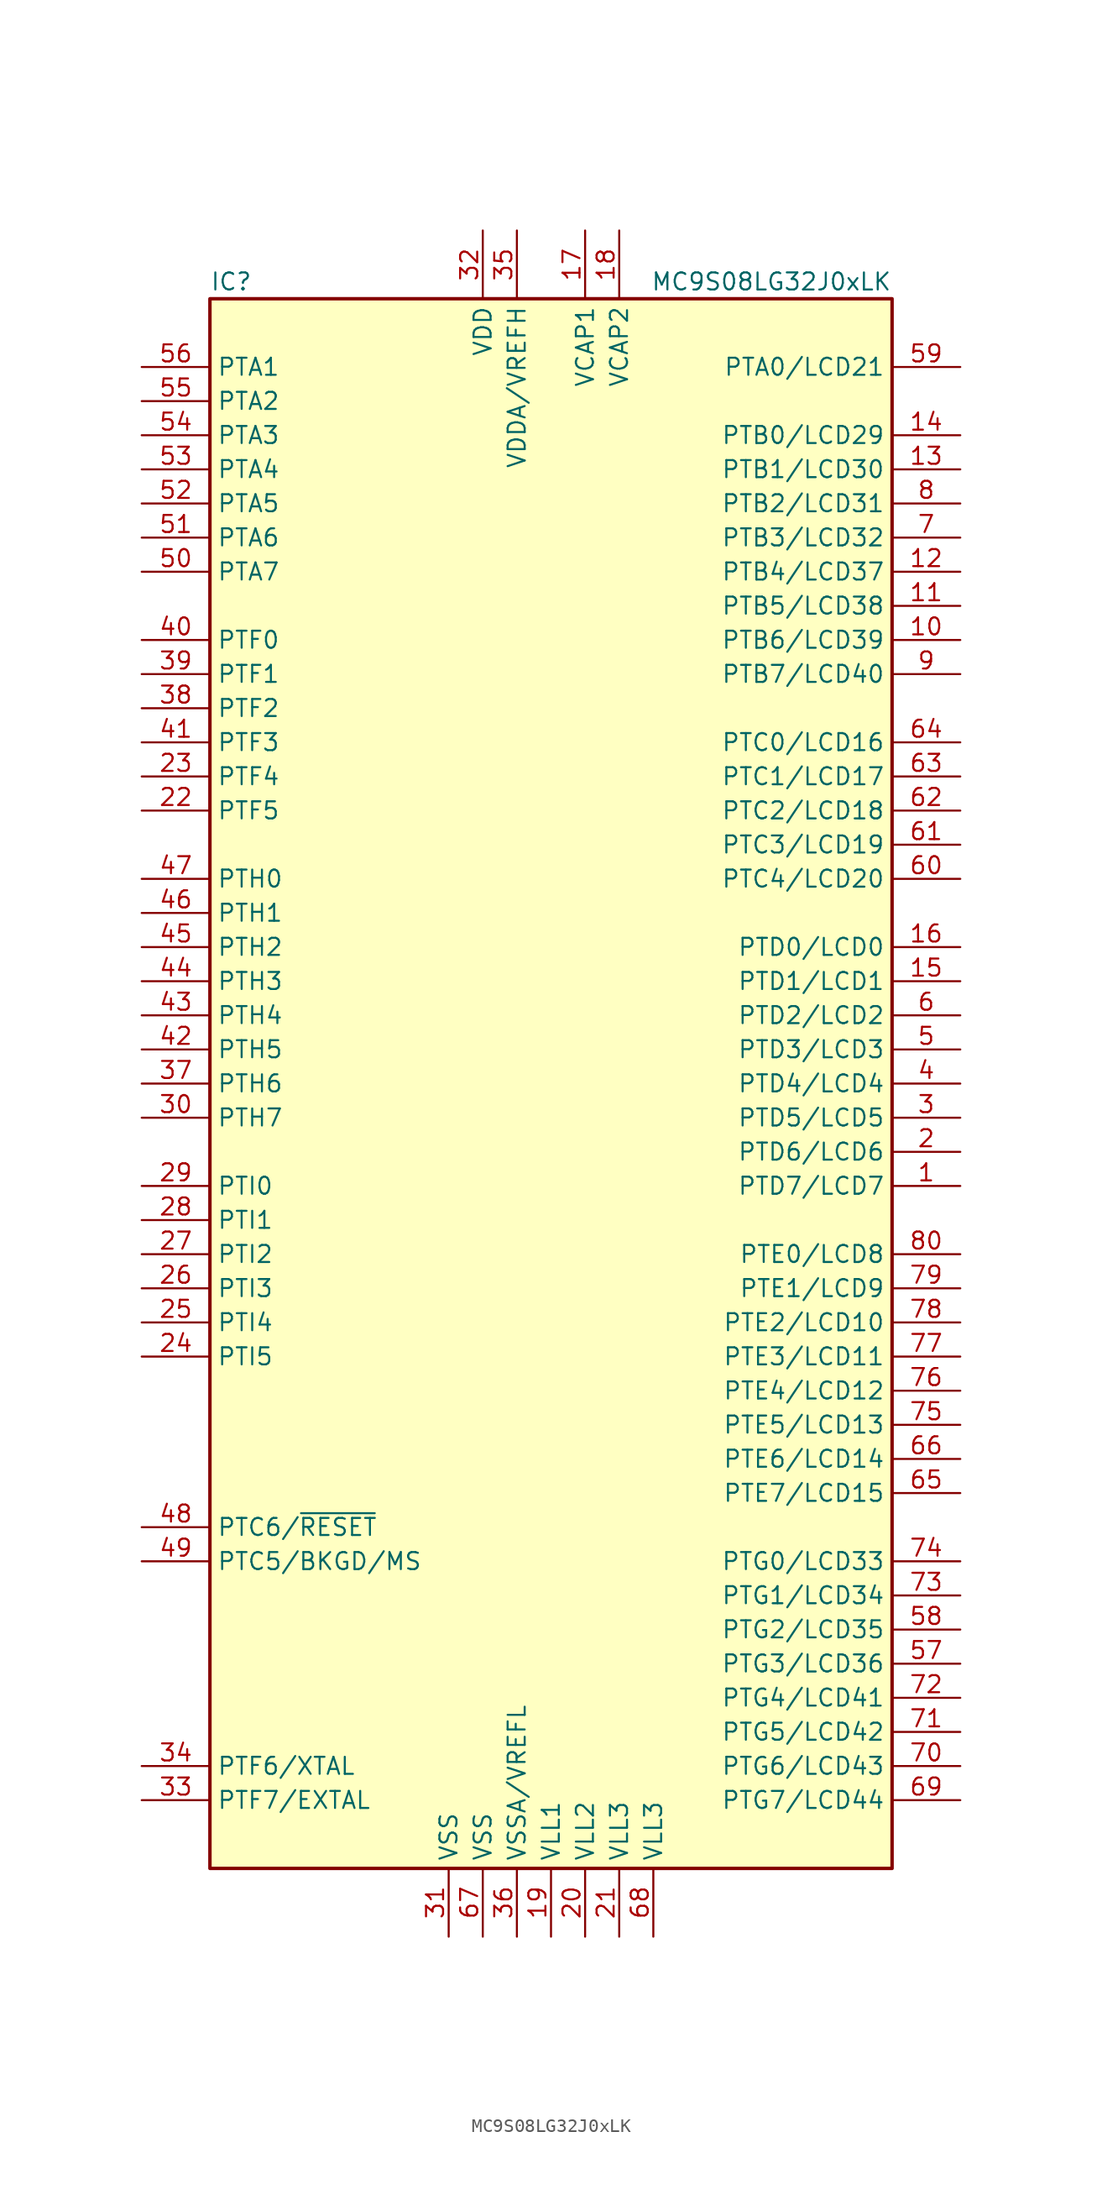
<source format=kicad_sym>
(kicad_symbol_lib
  (version 20231120)
  (generator "kicad_symbol_editor")
  (generator_version "8.0")
  (symbol "MC9S08LG32J0xLK"
    (property "Reference" "IC"
      (at -25.4 59.69 0)
      (effects (font (size 1.27 1.27)) (justify left)))
    (property "Value" "MC9S08LG32J0xLK"
      (at 25.4 59.69 0)
      (effects (font (size 1.27 1.27)) (justify right)))
    (symbol "MC9S08LG32J0xLK_0_1"
      (rectangle (start -25.4 58.42) (end 25.4 -58.42) (stroke (width 0.254) (type default)) (fill (type background))))
    (symbol "MC9S08LG32J0xLK_1_1"
      (pin bidirectional line (at 30.48 -7.62 180) (length 5.08) (name "PTD7/LCD7" (effects (font (size 1.27 1.27)))) (number "1" (effects (font (size 1.27 1.27)))))
      (pin bidirectional line (at 30.48 33.02 180) (length 5.08) (name "PTB6/LCD39" (effects (font (size 1.27 1.27)))) (number "10" (effects (font (size 1.27 1.27)))))
      (pin bidirectional line (at 30.48 35.56 180) (length 5.08) (name "PTB5/LCD38" (effects (font (size 1.27 1.27)))) (number "11" (effects (font (size 1.27 1.27)))))
      (pin bidirectional line (at 30.48 38.1 180) (length 5.08) (name "PTB4/LCD37" (effects (font (size 1.27 1.27)))) (number "12" (effects (font (size 1.27 1.27)))))
      (pin bidirectional line (at 30.48 45.72 180) (length 5.08) (name "PTB1/LCD30" (effects (font (size 1.27 1.27)))) (number "13" (effects (font (size 1.27 1.27)))))
      (pin bidirectional line (at 30.48 48.26 180) (length 5.08) (name "PTB0/LCD29" (effects (font (size 1.27 1.27)))) (number "14" (effects (font (size 1.27 1.27)))))
      (pin bidirectional line (at 30.48 7.62 180) (length 5.08) (name "PTD1/LCD1" (effects (font (size 1.27 1.27)))) (number "15" (effects (font (size 1.27 1.27)))))
      (pin bidirectional line (at 30.48 10.16 180) (length 5.08) (name "PTD0/LCD0" (effects (font (size 1.27 1.27)))) (number "16" (effects (font (size 1.27 1.27)))))
      (pin power_in line (at 2.54 63.5 270) (length 5.08) (name "VCAP1" (effects (font (size 1.27 1.27)))) (number "17" (effects (font (size 1.27 1.27)))))
      (pin power_in line (at 5.08 63.5 270) (length 5.08) (name "VCAP2" (effects (font (size 1.27 1.27)))) (number "18" (effects (font (size 1.27 1.27)))))
      (pin power_in line (at 0 -63.5 90) (length 5.08) (name "VLL1" (effects (font (size 1.27 1.27)))) (number "19" (effects (font (size 1.27 1.27)))))
      (pin bidirectional line (at 30.48 -5.08 180) (length 5.08) (name "PTD6/LCD6" (effects (font (size 1.27 1.27)))) (number "2" (effects (font (size 1.27 1.27)))))
      (pin power_in line (at 2.54 -63.5 90) (length 5.08) (name "VLL2" (effects (font (size 1.27 1.27)))) (number "20" (effects (font (size 1.27 1.27)))))
      (pin power_in line (at 5.08 -63.5 90) (length 5.08) (name "VLL3" (effects (font (size 1.27 1.27)))) (number "21" (effects (font (size 1.27 1.27)))))
      (pin bidirectional line (at -30.48 20.32 0) (length 5.08) (name "PTF5" (effects (font (size 1.27 1.27)))) (number "22" (effects (font (size 1.27 1.27)))))
      (pin bidirectional line (at -30.48 22.86 0) (length 5.08) (name "PTF4" (effects (font (size 1.27 1.27)))) (number "23" (effects (font (size 1.27 1.27)))))
      (pin bidirectional line (at -30.48 -20.32 0) (length 5.08) (name "PTI5" (effects (font (size 1.27 1.27)))) (number "24" (effects (font (size 1.27 1.27)))))
      (pin bidirectional line (at -30.48 -17.78 0) (length 5.08) (name "PTI4" (effects (font (size 1.27 1.27)))) (number "25" (effects (font (size 1.27 1.27)))))
      (pin bidirectional line (at -30.48 -15.24 0) (length 5.08) (name "PTI3" (effects (font (size 1.27 1.27)))) (number "26" (effects (font (size 1.27 1.27)))))
      (pin bidirectional line (at -30.48 -12.7 0) (length 5.08) (name "PTI2" (effects (font (size 1.27 1.27)))) (number "27" (effects (font (size 1.27 1.27)))))
      (pin bidirectional line (at -30.48 -10.16 0) (length 5.08) (name "PTI1" (effects (font (size 1.27 1.27)))) (number "28" (effects (font (size 1.27 1.27)))))
      (pin bidirectional line (at -30.48 -7.62 0) (length 5.08) (name "PTI0" (effects (font (size 1.27 1.27)))) (number "29" (effects (font (size 1.27 1.27)))))
      (pin bidirectional line (at 30.48 -2.54 180) (length 5.08) (name "PTD5/LCD5" (effects (font (size 1.27 1.27)))) (number "3" (effects (font (size 1.27 1.27)))))
      (pin bidirectional line (at -30.48 -2.54 0) (length 5.08) (name "PTH7" (effects (font (size 1.27 1.27)))) (number "30" (effects (font (size 1.27 1.27)))))
      (pin power_in line (at -7.62 -63.5 90) (length 5.08) (name "VSS" (effects (font (size 1.27 1.27)))) (number "31" (effects (font (size 1.27 1.27)))))
      (pin power_in line (at -5.08 63.5 270) (length 5.08) (name "VDD" (effects (font (size 1.27 1.27)))) (number "32" (effects (font (size 1.27 1.27)))))
      (pin bidirectional line (at -30.48 -53.34 0) (length 5.08) (name "PTF7/EXTAL" (effects (font (size 1.27 1.27)))) (number "33" (effects (font (size 1.27 1.27)))))
      (pin bidirectional line (at -30.48 -50.8 0) (length 5.08) (name "PTF6/XTAL" (effects (font (size 1.27 1.27)))) (number "34" (effects (font (size 1.27 1.27)))))
      (pin power_in line (at -2.54 63.5 270) (length 5.08) (name "VDDA/VREFH" (effects (font (size 1.27 1.27)))) (number "35" (effects (font (size 1.27 1.27)))))
      (pin power_in line (at -2.54 -63.5 90) (length 5.08) (name "VSSA/VREFL" (effects (font (size 1.27 1.27)))) (number "36" (effects (font (size 1.27 1.27)))))
      (pin bidirectional line (at -30.48 0 0) (length 5.08) (name "PTH6" (effects (font (size 1.27 1.27)))) (number "37" (effects (font (size 1.27 1.27)))))
      (pin bidirectional line (at -30.48 27.94 0) (length 5.08) (name "PTF2" (effects (font (size 1.27 1.27)))) (number "38" (effects (font (size 1.27 1.27)))))
      (pin bidirectional line (at -30.48 30.48 0) (length 5.08) (name "PTF1" (effects (font (size 1.27 1.27)))) (number "39" (effects (font (size 1.27 1.27)))))
      (pin bidirectional line (at 30.48 0 180) (length 5.08) (name "PTD4/LCD4" (effects (font (size 1.27 1.27)))) (number "4" (effects (font (size 1.27 1.27)))))
      (pin bidirectional line (at -30.48 33.02 0) (length 5.08) (name "PTF0" (effects (font (size 1.27 1.27)))) (number "40" (effects (font (size 1.27 1.27)))))
      (pin bidirectional line (at -30.48 25.4 0) (length 5.08) (name "PTF3" (effects (font (size 1.27 1.27)))) (number "41" (effects (font (size 1.27 1.27)))))
      (pin bidirectional line (at -30.48 2.54 0) (length 5.08) (name "PTH5" (effects (font (size 1.27 1.27)))) (number "42" (effects (font (size 1.27 1.27)))))
      (pin bidirectional line (at -30.48 5.08 0) (length 5.08) (name "PTH4" (effects (font (size 1.27 1.27)))) (number "43" (effects (font (size 1.27 1.27)))))
      (pin bidirectional line (at -30.48 7.62 0) (length 5.08) (name "PTH3" (effects (font (size 1.27 1.27)))) (number "44" (effects (font (size 1.27 1.27)))))
      (pin bidirectional line (at -30.48 10.16 0) (length 5.08) (name "PTH2" (effects (font (size 1.27 1.27)))) (number "45" (effects (font (size 1.27 1.27)))))
      (pin bidirectional line (at -30.48 12.7 0) (length 5.08) (name "PTH1" (effects (font (size 1.27 1.27)))) (number "46" (effects (font (size 1.27 1.27)))))
      (pin bidirectional line (at -30.48 15.24 0) (length 5.08) (name "PTH0" (effects (font (size 1.27 1.27)))) (number "47" (effects (font (size 1.27 1.27)))))
      (pin bidirectional line (at -30.48 -33.02 0) (length 5.08) (name "PTC6/~{RESET}" (effects (font (size 1.27 1.27)))) (number "48" (effects (font (size 1.27 1.27)))))
      (pin bidirectional line (at -30.48 -35.56 0) (length 5.08) (name "PTC5/BKGD/MS" (effects (font (size 1.27 1.27)))) (number "49" (effects (font (size 1.27 1.27)))))
      (pin bidirectional line (at 30.48 2.54 180) (length 5.08) (name "PTD3/LCD3" (effects (font (size 1.27 1.27)))) (number "5" (effects (font (size 1.27 1.27)))))
      (pin bidirectional line (at -30.48 38.1 0) (length 5.08) (name "PTA7" (effects (font (size 1.27 1.27)))) (number "50" (effects (font (size 1.27 1.27)))))
      (pin bidirectional line (at -30.48 40.64 0) (length 5.08) (name "PTA6" (effects (font (size 1.27 1.27)))) (number "51" (effects (font (size 1.27 1.27)))))
      (pin bidirectional line (at -30.48 43.18 0) (length 5.08) (name "PTA5" (effects (font (size 1.27 1.27)))) (number "52" (effects (font (size 1.27 1.27)))))
      (pin bidirectional line (at -30.48 45.72 0) (length 5.08) (name "PTA4" (effects (font (size 1.27 1.27)))) (number "53" (effects (font (size 1.27 1.27)))))
      (pin bidirectional line (at -30.48 48.26 0) (length 5.08) (name "PTA3" (effects (font (size 1.27 1.27)))) (number "54" (effects (font (size 1.27 1.27)))))
      (pin bidirectional line (at -30.48 50.8 0) (length 5.08) (name "PTA2" (effects (font (size 1.27 1.27)))) (number "55" (effects (font (size 1.27 1.27)))))
      (pin bidirectional line (at -30.48 53.34 0) (length 5.08) (name "PTA1" (effects (font (size 1.27 1.27)))) (number "56" (effects (font (size 1.27 1.27)))))
      (pin bidirectional line (at 30.48 -43.18 180) (length 5.08) (name "PTG3/LCD36" (effects (font (size 1.27 1.27)))) (number "57" (effects (font (size 1.27 1.27)))))
      (pin bidirectional line (at 30.48 -40.64 180) (length 5.08) (name "PTG2/LCD35" (effects (font (size 1.27 1.27)))) (number "58" (effects (font (size 1.27 1.27)))))
      (pin bidirectional line (at 30.48 53.34 180) (length 5.08) (name "PTA0/LCD21" (effects (font (size 1.27 1.27)))) (number "59" (effects (font (size 1.27 1.27)))))
      (pin bidirectional line (at 30.48 5.08 180) (length 5.08) (name "PTD2/LCD2" (effects (font (size 1.27 1.27)))) (number "6" (effects (font (size 1.27 1.27)))))
      (pin bidirectional line (at 30.48 15.24 180) (length 5.08) (name "PTC4/LCD20" (effects (font (size 1.27 1.27)))) (number "60" (effects (font (size 1.27 1.27)))))
      (pin bidirectional line (at 30.48 17.78 180) (length 5.08) (name "PTC3/LCD19" (effects (font (size 1.27 1.27)))) (number "61" (effects (font (size 1.27 1.27)))))
      (pin bidirectional line (at 30.48 20.32 180) (length 5.08) (name "PTC2/LCD18" (effects (font (size 1.27 1.27)))) (number "62" (effects (font (size 1.27 1.27)))))
      (pin bidirectional line (at 30.48 22.86 180) (length 5.08) (name "PTC1/LCD17" (effects (font (size 1.27 1.27)))) (number "63" (effects (font (size 1.27 1.27)))))
      (pin bidirectional line (at 30.48 25.4 180) (length 5.08) (name "PTC0/LCD16" (effects (font (size 1.27 1.27)))) (number "64" (effects (font (size 1.27 1.27)))))
      (pin bidirectional line (at 30.48 -30.48 180) (length 5.08) (name "PTE7/LCD15" (effects (font (size 1.27 1.27)))) (number "65" (effects (font (size 1.27 1.27)))))
      (pin bidirectional line (at 30.48 -27.94 180) (length 5.08) (name "PTE6/LCD14" (effects (font (size 1.27 1.27)))) (number "66" (effects (font (size 1.27 1.27)))))
      (pin power_in line (at -5.08 -63.5 90) (length 5.08) (name "VSS" (effects (font (size 1.27 1.27)))) (number "67" (effects (font (size 1.27 1.27)))))
      (pin power_in line (at 7.62 -63.5 90) (length 5.08) (name "VLL3" (effects (font (size 1.27 1.27)))) (number "68" (effects (font (size 1.27 1.27)))))
      (pin bidirectional line (at 30.48 -53.34 180) (length 5.08) (name "PTG7/LCD44" (effects (font (size 1.27 1.27)))) (number "69" (effects (font (size 1.27 1.27)))))
      (pin bidirectional line (at 30.48 40.64 180) (length 5.08) (name "PTB3/LCD32" (effects (font (size 1.27 1.27)))) (number "7" (effects (font (size 1.27 1.27)))))
      (pin bidirectional line (at 30.48 -50.8 180) (length 5.08) (name "PTG6/LCD43" (effects (font (size 1.27 1.27)))) (number "70" (effects (font (size 1.27 1.27)))))
      (pin bidirectional line (at 30.48 -48.26 180) (length 5.08) (name "PTG5/LCD42" (effects (font (size 1.27 1.27)))) (number "71" (effects (font (size 1.27 1.27)))))
      (pin bidirectional line (at 30.48 -45.72 180) (length 5.08) (name "PTG4/LCD41" (effects (font (size 1.27 1.27)))) (number "72" (effects (font (size 1.27 1.27)))))
      (pin bidirectional line (at 30.48 -38.1 180) (length 5.08) (name "PTG1/LCD34" (effects (font (size 1.27 1.27)))) (number "73" (effects (font (size 1.27 1.27)))))
      (pin bidirectional line (at 30.48 -35.56 180) (length 5.08) (name "PTG0/LCD33" (effects (font (size 1.27 1.27)))) (number "74" (effects (font (size 1.27 1.27)))))
      (pin bidirectional line (at 30.48 -25.4 180) (length 5.08) (name "PTE5/LCD13" (effects (font (size 1.27 1.27)))) (number "75" (effects (font (size 1.27 1.27)))))
      (pin bidirectional line (at 30.48 -22.86 180) (length 5.08) (name "PTE4/LCD12" (effects (font (size 1.27 1.27)))) (number "76" (effects (font (size 1.27 1.27)))))
      (pin bidirectional line (at 30.48 -20.32 180) (length 5.08) (name "PTE3/LCD11" (effects (font (size 1.27 1.27)))) (number "77" (effects (font (size 1.27 1.27)))))
      (pin bidirectional line (at 30.48 -17.78 180) (length 5.08) (name "PTE2/LCD10" (effects (font (size 1.27 1.27)))) (number "78" (effects (font (size 1.27 1.27)))))
      (pin bidirectional line (at 30.48 -15.24 180) (length 5.08) (name "PTE1/LCD9" (effects (font (size 1.27 1.27)))) (number "79" (effects (font (size 1.27 1.27)))))
      (pin bidirectional line (at 30.48 43.18 180) (length 5.08) (name "PTB2/LCD31" (effects (font (size 1.27 1.27)))) (number "8" (effects (font (size 1.27 1.27)))))
      (pin bidirectional line (at 30.48 -12.7 180) (length 5.08) (name "PTE0/LCD8" (effects (font (size 1.27 1.27)))) (number "80" (effects (font (size 1.27 1.27)))))
      (pin bidirectional line (at 30.48 30.48 180) (length 5.08) (name "PTB7/LCD40" (effects (font (size 1.27 1.27)))) (number "9" (effects (font (size 1.27 1.27))))))))
</source>
